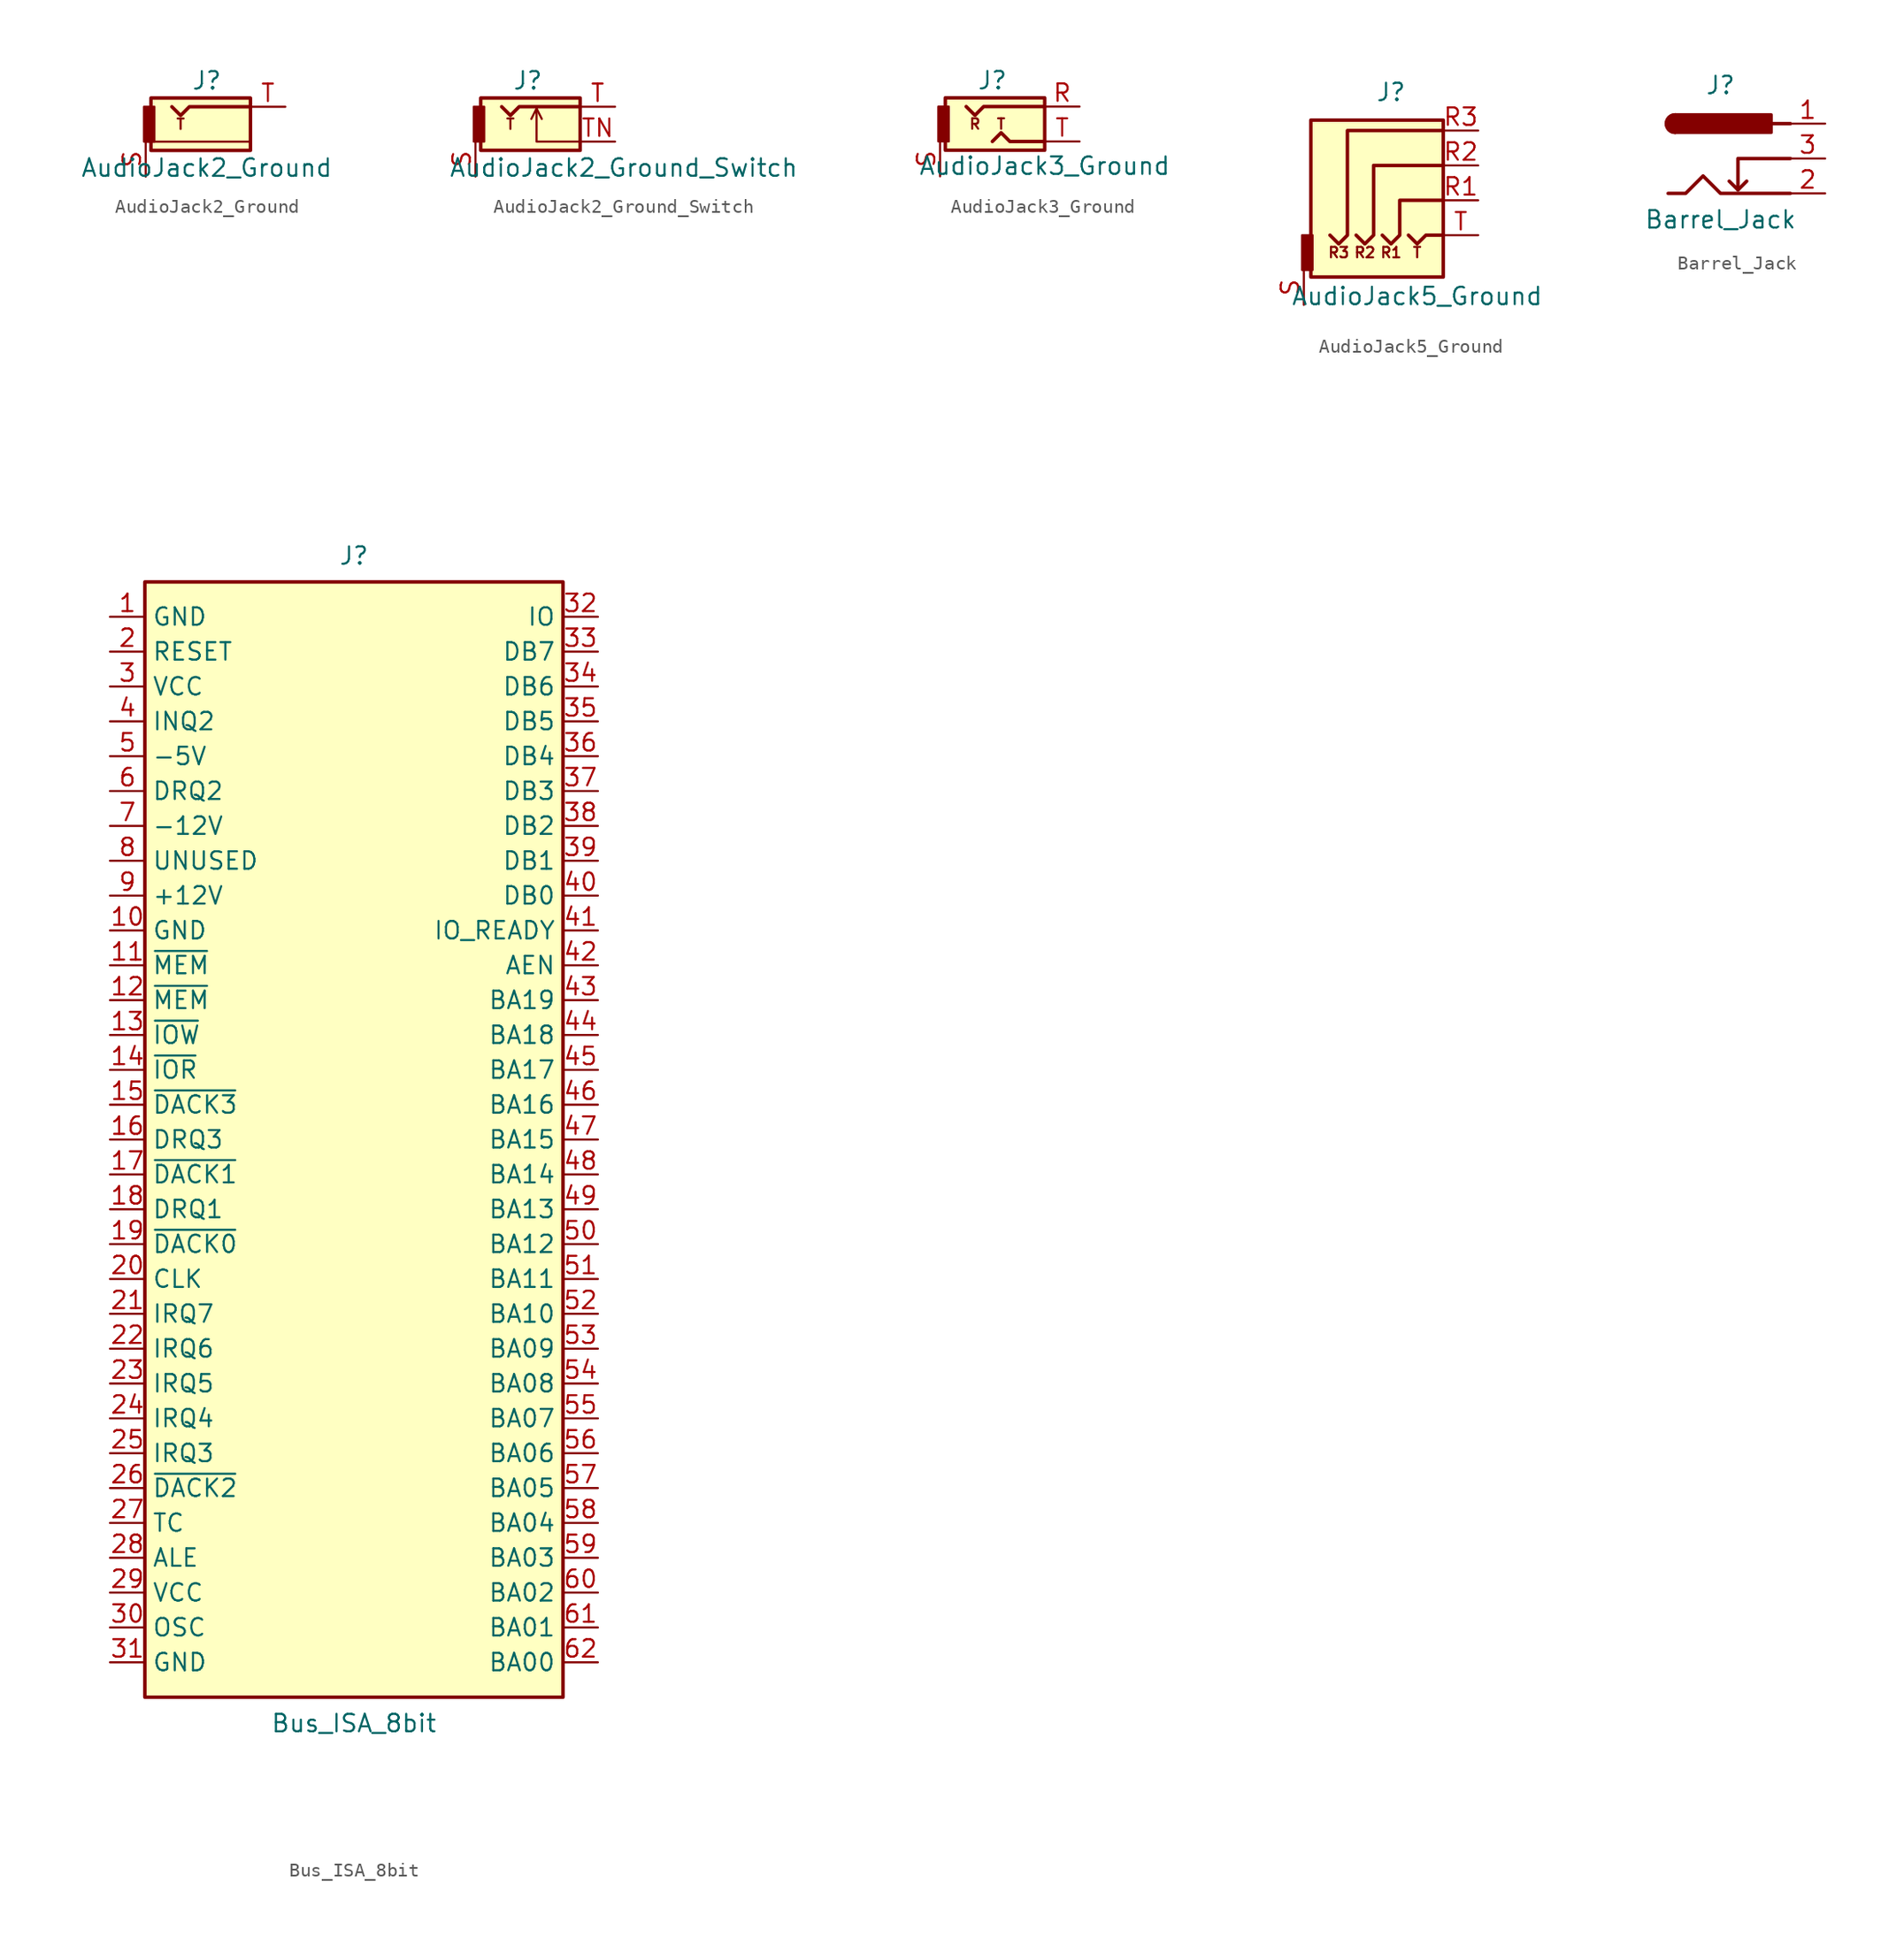
<source format=kicad_sym>
(kicad_symbol_lib
  (version 20201005)
  (generator kicad_symbol_editor)
  (symbol "AudioJack2_Ground"
    (pin_names
      (offset 1.016))
    (property "Reference" "J"
      (at -0.635 4.445 0)
      (effects (font (size 1.27 1.27))))
    (property "Value" "AudioJack2_Ground"
      (at -0.635 -1.905 0)
      (effects (font (size 1.27 1.27))))
    (symbol "AudioJack2_Ground_0_0"
      (text "T" (at -2.54 1.27 0) (effects (font (size 0.762 0.762)))))
    (symbol "AudioJack2_Ground_0_1"
      (rectangle (start -4.699 3.175) (end 2.54 -0.635) (stroke (width 0.254)) (fill (type background)))
      (rectangle (start -4.445 0) (end -5.207 2.54) (stroke (width 0)) (fill (type outline)))
      (polyline (pts (xy 2.54 0) (xy -5.08 0)) (stroke (width 0)) (fill (type none)))
      (polyline (pts (xy 2.54 2.54) (xy -1.905 2.54) (xy -2.54 1.905) (xy -3.175 2.54)) (stroke (width 0.254)) (fill (type none))))
    (symbol "AudioJack2_Ground_1_1"
      (pin passive line (at -5.08 -2.54 90) (length 2.54) (name "~" (effects (font (size 1.27 1.27)))) (number "S" (effects (font (size 1.27 1.27)))))
      (pin passive line (at 5.08 2.54 180) (length 2.54) (name "~" (effects (font (size 1.27 1.27)))) (number "T" (effects (font (size 1.27 1.27)))))))
  (symbol "AudioJack2_Ground_Switch"
    (pin_names
      (offset 1.016))
    (property "Reference" "J"
      (at -1.27 4.445 0)
      (effects (font (size 1.27 1.27))))
    (property "Value" "AudioJack2_Ground_Switch"
      (at 5.715 -1.905 0)
      (effects (font (size 1.27 1.27))))
    (symbol "AudioJack2_Ground_Switch_0_0"
      (text "T" (at -2.54 1.27 0) (effects (font (size 0.762 0.762)))))
    (symbol "AudioJack2_Ground_Switch_0_1"
      (rectangle (start -4.699 3.175) (end 2.54 -0.635) (stroke (width 0.254)) (fill (type background)))
      (rectangle (start -4.445 0) (end -5.207 2.54) (stroke (width 0)) (fill (type outline)))
      (polyline (pts (xy -0.635 2.413) (xy -0.254 1.651)) (stroke (width 0)) (fill (type none)))
      (polyline (pts (xy 2.54 0) (xy -0.635 0) (xy -0.635 2.413) (xy -1.016 1.651)) (stroke (width 0)) (fill (type none)))
      (polyline (pts (xy 2.54 2.54) (xy -1.905 2.54) (xy -2.54 1.905) (xy -3.175 2.54)) (stroke (width 0.254)) (fill (type none))))
    (symbol "AudioJack2_Ground_Switch_1_1"
      (pin passive line (at -5.08 -2.54 90) (length 2.54) (name "~" (effects (font (size 1.27 1.27)))) (number "S" (effects (font (size 1.27 1.27)))))
      (pin passive line (at 5.08 2.54 180) (length 2.54) (name "~" (effects (font (size 1.27 1.27)))) (number "T" (effects (font (size 1.27 1.27)))))
      (pin passive line (at 5.08 0 180) (length 2.54) (name "~" (effects (font (size 1.27 1.27)))) (number "TN" (effects (font (size 1.27 1.27)))))))
  (symbol "AudioJack3_Ground"
    (pin_names
      (offset 1.016))
    (property "Reference" "J"
      (at -1.27 4.445 0)
      (effects (font (size 1.27 1.27))))
    (property "Value" "AudioJack3_Ground"
      (at 2.54 -1.778 0)
      (effects (font (size 1.27 1.27))))
    (symbol "AudioJack3_Ground_0_0"
      (text "R" (at -2.54 1.27 0) (effects (font (size 0.762 0.762))))
      (text "T" (at -0.635 1.27 0) (effects (font (size 0.762 0.762)))))
    (symbol "AudioJack3_Ground_0_1"
      (rectangle (start -4.699 3.175) (end 2.54 -0.635) (stroke (width 0.254)) (fill (type background)))
      (rectangle (start -4.445 0) (end -5.207 2.54) (stroke (width 0)) (fill (type outline)))
      (polyline (pts (xy -1.27 0) (xy -0.635 0.635) (xy 0 0) (xy 2.54 0)) (stroke (width 0.254)) (fill (type none)))
      (polyline (pts (xy 2.54 2.54) (xy -1.905 2.54) (xy -2.54 1.905) (xy -3.175 2.54)) (stroke (width 0.254)) (fill (type none))))
    (symbol "AudioJack3_Ground_1_1"
      (pin passive line (at 5.08 2.54 180) (length 2.54) (name "~" (effects (font (size 1.27 1.27)))) (number "R" (effects (font (size 1.27 1.27)))))
      (pin passive line (at -5.08 -2.54 90) (length 2.54) (name "~" (effects (font (size 1.27 1.27)))) (number "S" (effects (font (size 1.27 1.27)))))
      (pin passive line (at 5.08 0 180) (length 2.54) (name "~" (effects (font (size 1.27 1.27)))) (number "T" (effects (font (size 1.27 1.27)))))))
  (symbol "AudioJack5_Ground"
    (pin_names
      (offset 1.016))
    (property "Reference" "J"
      (at -1.27 5.334 0)
      (effects (font (size 1.27 1.27))))
    (property "Value" "AudioJack5_Ground"
      (at 0.635 -9.525 0)
      (effects (font (size 1.27 1.27))))
    (symbol "AudioJack5_Ground_0_0"
      (text "R1" (at -1.27 -6.35 0) (effects (font (size 0.762 0.762))))
      (text "R2" (at -3.175 -6.35 0) (effects (font (size 0.762 0.762))))
      (text "R3" (at -5.08 -6.35 0) (effects (font (size 0.762 0.762))))
      (text "T" (at 0.635 -6.35 0) (effects (font (size 0.762 0.762))))
      (rectangle (start -7.112 -8.128) (end 2.54 3.302) (stroke (width 0.254)) (fill (type background))))
    (symbol "AudioJack5_Ground_0_1"
      (rectangle (start -6.985 -7.62) (end -7.747 -5.08) (stroke (width 0)) (fill (type outline)))
      (polyline (pts (xy 0 -5.08) (xy 0.635 -5.715) (xy 1.27 -5.08) (xy 2.54 -5.08)) (stroke (width 0.254)) (fill (type none)))
      (polyline (pts (xy -1.905 -5.08) (xy -1.27 -5.715) (xy -0.635 -5.08) (xy -0.635 -2.54) (xy 2.54 -2.54)) (stroke (width 0.254)) (fill (type none)))
      (polyline (pts (xy 2.54 0) (xy -2.54 0) (xy -2.54 -5.08) (xy -3.175 -5.715) (xy -3.81 -5.08)) (stroke (width 0.254)) (fill (type none)))
      (polyline (pts (xy 2.54 2.54) (xy -4.445 2.54) (xy -4.445 -5.08) (xy -5.08 -5.715) (xy -5.715 -5.08)) (stroke (width 0.254)) (fill (type none))))
    (symbol "AudioJack5_Ground_1_1"
      (pin passive line (at 5.08 -2.54 180) (length 2.54) (name "~" (effects (font (size 1.27 1.27)))) (number "R1" (effects (font (size 1.27 1.27)))))
      (pin passive line (at 5.08 0 180) (length 2.54) (name "~" (effects (font (size 1.27 1.27)))) (number "R2" (effects (font (size 1.27 1.27)))))
      (pin passive line (at 5.08 2.54 180) (length 2.54) (name "~" (effects (font (size 1.27 1.27)))) (number "R3" (effects (font (size 1.27 1.27)))))
      (pin passive line (at -7.62 -10.16 90) (length 2.54) (name "~" (effects (font (size 1.27 1.27)))) (number "S" (effects (font (size 1.27 1.27)))))
      (pin passive line (at 5.08 -5.08 180) (length 2.54) (name "~" (effects (font (size 1.27 1.27)))) (number "T" (effects (font (size 1.27 1.27)))))))
  (symbol "Barrel_Jack"
    (pin_names
      (offset 1.016))
    (property "Reference" "J"
      (at 0 5.334 0)
      (effects (font (size 1.27 1.27))))
    (property "Value" "Barrel_Jack"
      (at 0 -4.445 0)
      (effects (font (size 1.27 1.27))))
    (symbol "Barrel_Jack_0_1"
      (arc (start -3.302 3.175) (end -3.302 1.905) (radius (at -3.302 2.54) (length 0.635) (angles 90.1 -90.1)) (stroke (width 0.254)) (fill (type outline)))
      (arc (start -3.302 3.175) (end -3.302 1.905) (radius (at -3.302 2.54) (length 0.635) (angles 90.1 -90.1)) (stroke (width 0.254)) (fill (type none)))
      (rectangle (start 3.683 3.175) (end -3.302 1.905) (stroke (width 0.254)) (fill (type outline)))
      (polyline (pts (xy 1.27 -2.286) (xy 1.905 -1.651)) (stroke (width 0.254)) (fill (type none)))
      (polyline (pts (xy 5.08 2.54) (xy 3.81 2.54)) (stroke (width 0.254)) (fill (type none)))
      (polyline (pts (xy 5.08 0) (xy 1.27 0) (xy 1.27 -2.286) (xy 0.635 -1.651)) (stroke (width 0.254)) (fill (type none)))
      (polyline (pts (xy -3.81 -2.54) (xy -2.54 -2.54) (xy -1.27 -1.27) (xy 0 -2.54) (xy 2.54 -2.54) (xy 5.08 -2.54)) (stroke (width 0.254)) (fill (type none))))
    (symbol "Barrel_Jack_1_1"
      (pin passive line (at 7.62 2.54 180) (length 2.54) (name "~" (effects (font (size 1.27 1.27)))) (number "1" (effects (font (size 1.27 1.27)))))
      (pin passive line (at 7.62 -2.54 180) (length 2.54) (name "~" (effects (font (size 1.27 1.27)))) (number "2" (effects (font (size 1.27 1.27)))))
      (pin passive line (at 7.62 0 180) (length 2.54) (name "~" (effects (font (size 1.27 1.27)))) (number "3" (effects (font (size 1.27 1.27)))))))
  (symbol "Bus_ISA_8bit"
    (property "Reference" "J"
      (at 0 42.545 0)
      (effects (font (size 1.27 1.27))))
    (property "Value" "Bus_ISA_8bit"
      (at 0 -42.545 0)
      (effects (font (size 1.27 1.27))))
    (symbol "Bus_ISA_8bit_0_1"
      (rectangle (start -15.24 -40.64) (end 15.24 40.64) (stroke (width 0.254)) (fill (type background))))
    (symbol "Bus_ISA_8bit_1_1"
      (pin power_in line (at -17.78 38.1 0) (length 2.54) (name "GND" (effects (font (size 1.27 1.27)))) (number "1" (effects (font (size 1.27 1.27)))))
      (pin power_in line (at -17.78 15.24 0) (length 2.54) (name "GND" (effects (font (size 1.27 1.27)))) (number "10" (effects (font (size 1.27 1.27)))))
      (pin output line (at -17.78 12.7 0) (length 2.54) (name "~MEM" (effects (font (size 1.27 1.27)))) (number "11" (effects (font (size 1.27 1.27)))))
      (pin output line (at -17.78 10.16 0) (length 2.54) (name "~MEM" (effects (font (size 1.27 1.27)))) (number "12" (effects (font (size 1.27 1.27)))))
      (pin output line (at -17.78 7.62 0) (length 2.54) (name "~IOW" (effects (font (size 1.27 1.27)))) (number "13" (effects (font (size 1.27 1.27)))))
      (pin output line (at -17.78 5.08 0) (length 2.54) (name "~IOR" (effects (font (size 1.27 1.27)))) (number "14" (effects (font (size 1.27 1.27)))))
      (pin passive line (at -17.78 2.54 0) (length 2.54) (name "~DACK3" (effects (font (size 1.27 1.27)))) (number "15" (effects (font (size 1.27 1.27)))))
      (pin passive line (at -17.78 0 0) (length 2.54) (name "DRQ3" (effects (font (size 1.27 1.27)))) (number "16" (effects (font (size 1.27 1.27)))))
      (pin passive line (at -17.78 -2.54 0) (length 2.54) (name "~DACK1" (effects (font (size 1.27 1.27)))) (number "17" (effects (font (size 1.27 1.27)))))
      (pin passive line (at -17.78 -5.08 0) (length 2.54) (name "DRQ1" (effects (font (size 1.27 1.27)))) (number "18" (effects (font (size 1.27 1.27)))))
      (pin passive line (at -17.78 -7.62 0) (length 2.54) (name "~DACK0" (effects (font (size 1.27 1.27)))) (number "19" (effects (font (size 1.27 1.27)))))
      (pin output line (at -17.78 35.56 0) (length 2.54) (name "RESET" (effects (font (size 1.27 1.27)))) (number "2" (effects (font (size 1.27 1.27)))))
      (pin output line (at -17.78 -10.16 0) (length 2.54) (name "CLK" (effects (font (size 1.27 1.27)))) (number "20" (effects (font (size 1.27 1.27)))))
      (pin passive line (at -17.78 -12.7 0) (length 2.54) (name "IRQ7" (effects (font (size 1.27 1.27)))) (number "21" (effects (font (size 1.27 1.27)))))
      (pin passive line (at -17.78 -15.24 0) (length 2.54) (name "IRQ6" (effects (font (size 1.27 1.27)))) (number "22" (effects (font (size 1.27 1.27)))))
      (pin passive line (at -17.78 -17.78 0) (length 2.54) (name "IRQ5" (effects (font (size 1.27 1.27)))) (number "23" (effects (font (size 1.27 1.27)))))
      (pin passive line (at -17.78 -20.32 0) (length 2.54) (name "IRQ4" (effects (font (size 1.27 1.27)))) (number "24" (effects (font (size 1.27 1.27)))))
      (pin passive line (at -17.78 -22.86 0) (length 2.54) (name "IRQ3" (effects (font (size 1.27 1.27)))) (number "25" (effects (font (size 1.27 1.27)))))
      (pin passive line (at -17.78 -25.4 0) (length 2.54) (name "~DACK2" (effects (font (size 1.27 1.27)))) (number "26" (effects (font (size 1.27 1.27)))))
      (pin passive line (at -17.78 -27.94 0) (length 2.54) (name "TC" (effects (font (size 1.27 1.27)))) (number "27" (effects (font (size 1.27 1.27)))))
      (pin output line (at -17.78 -30.48 0) (length 2.54) (name "ALE" (effects (font (size 1.27 1.27)))) (number "28" (effects (font (size 1.27 1.27)))))
      (pin power_in line (at -17.78 -33.02 0) (length 2.54) (name "VCC" (effects (font (size 1.27 1.27)))) (number "29" (effects (font (size 1.27 1.27)))))
      (pin power_in line (at -17.78 33.02 0) (length 2.54) (name "VCC" (effects (font (size 1.27 1.27)))) (number "3" (effects (font (size 1.27 1.27)))))
      (pin output line (at -17.78 -35.56 0) (length 2.54) (name "OSC" (effects (font (size 1.27 1.27)))) (number "30" (effects (font (size 1.27 1.27)))))
      (pin power_in line (at -17.78 -38.1 0) (length 2.54) (name "GND" (effects (font (size 1.27 1.27)))) (number "31" (effects (font (size 1.27 1.27)))))
      (pin passive line (at 17.78 38.1 180) (length 2.54) (name "IO" (effects (font (size 1.27 1.27)))) (number "32" (effects (font (size 1.27 1.27)))))
      (pin tri_state line (at 17.78 35.56 180) (length 2.54) (name "DB7" (effects (font (size 1.27 1.27)))) (number "33" (effects (font (size 1.27 1.27)))))
      (pin tri_state line (at 17.78 33.02 180) (length 2.54) (name "DB6" (effects (font (size 1.27 1.27)))) (number "34" (effects (font (size 1.27 1.27)))))
      (pin tri_state line (at 17.78 30.48 180) (length 2.54) (name "DB5" (effects (font (size 1.27 1.27)))) (number "35" (effects (font (size 1.27 1.27)))))
      (pin tri_state line (at 17.78 27.94 180) (length 2.54) (name "DB4" (effects (font (size 1.27 1.27)))) (number "36" (effects (font (size 1.27 1.27)))))
      (pin tri_state line (at 17.78 25.4 180) (length 2.54) (name "DB3" (effects (font (size 1.27 1.27)))) (number "37" (effects (font (size 1.27 1.27)))))
      (pin tri_state line (at 17.78 22.86 180) (length 2.54) (name "DB2" (effects (font (size 1.27 1.27)))) (number "38" (effects (font (size 1.27 1.27)))))
      (pin tri_state line (at 17.78 20.32 180) (length 2.54) (name "DB1" (effects (font (size 1.27 1.27)))) (number "39" (effects (font (size 1.27 1.27)))))
      (pin passive line (at -17.78 30.48 0) (length 2.54) (name "INQ2" (effects (font (size 1.27 1.27)))) (number "4" (effects (font (size 1.27 1.27)))))
      (pin tri_state line (at 17.78 17.78 180) (length 2.54) (name "DB0" (effects (font (size 1.27 1.27)))) (number "40" (effects (font (size 1.27 1.27)))))
      (pin passive line (at 17.78 15.24 180) (length 2.54) (name "IO_READY" (effects (font (size 1.27 1.27)))) (number "41" (effects (font (size 1.27 1.27)))))
      (pin output line (at 17.78 12.7 180) (length 2.54) (name "AEN" (effects (font (size 1.27 1.27)))) (number "42" (effects (font (size 1.27 1.27)))))
      (pin tri_state line (at 17.78 10.16 180) (length 2.54) (name "BA19" (effects (font (size 1.27 1.27)))) (number "43" (effects (font (size 1.27 1.27)))))
      (pin tri_state line (at 17.78 7.62 180) (length 2.54) (name "BA18" (effects (font (size 1.27 1.27)))) (number "44" (effects (font (size 1.27 1.27)))))
      (pin tri_state line (at 17.78 5.08 180) (length 2.54) (name "BA17" (effects (font (size 1.27 1.27)))) (number "45" (effects (font (size 1.27 1.27)))))
      (pin tri_state line (at 17.78 2.54 180) (length 2.54) (name "BA16" (effects (font (size 1.27 1.27)))) (number "46" (effects (font (size 1.27 1.27)))))
      (pin tri_state line (at 17.78 0 180) (length 2.54) (name "BA15" (effects (font (size 1.27 1.27)))) (number "47" (effects (font (size 1.27 1.27)))))
      (pin tri_state line (at 17.78 -2.54 180) (length 2.54) (name "BA14" (effects (font (size 1.27 1.27)))) (number "48" (effects (font (size 1.27 1.27)))))
      (pin tri_state line (at 17.78 -5.08 180) (length 2.54) (name "BA13" (effects (font (size 1.27 1.27)))) (number "49" (effects (font (size 1.27 1.27)))))
      (pin power_in line (at -17.78 27.94 0) (length 2.54) (name "-5V" (effects (font (size 1.27 1.27)))) (number "5" (effects (font (size 1.27 1.27)))))
      (pin tri_state line (at 17.78 -7.62 180) (length 2.54) (name "BA12" (effects (font (size 1.27 1.27)))) (number "50" (effects (font (size 1.27 1.27)))))
      (pin tri_state line (at 17.78 -10.16 180) (length 2.54) (name "BA11" (effects (font (size 1.27 1.27)))) (number "51" (effects (font (size 1.27 1.27)))))
      (pin tri_state line (at 17.78 -12.7 180) (length 2.54) (name "BA10" (effects (font (size 1.27 1.27)))) (number "52" (effects (font (size 1.27 1.27)))))
      (pin tri_state line (at 17.78 -15.24 180) (length 2.54) (name "BA09" (effects (font (size 1.27 1.27)))) (number "53" (effects (font (size 1.27 1.27)))))
      (pin tri_state line (at 17.78 -17.78 180) (length 2.54) (name "BA08" (effects (font (size 1.27 1.27)))) (number "54" (effects (font (size 1.27 1.27)))))
      (pin tri_state line (at 17.78 -20.32 180) (length 2.54) (name "BA07" (effects (font (size 1.27 1.27)))) (number "55" (effects (font (size 1.27 1.27)))))
      (pin tri_state line (at 17.78 -22.86 180) (length 2.54) (name "BA06" (effects (font (size 1.27 1.27)))) (number "56" (effects (font (size 1.27 1.27)))))
      (pin tri_state line (at 17.78 -25.4 180) (length 2.54) (name "BA05" (effects (font (size 1.27 1.27)))) (number "57" (effects (font (size 1.27 1.27)))))
      (pin tri_state line (at 17.78 -27.94 180) (length 2.54) (name "BA04" (effects (font (size 1.27 1.27)))) (number "58" (effects (font (size 1.27 1.27)))))
      (pin tri_state line (at 17.78 -30.48 180) (length 2.54) (name "BA03" (effects (font (size 1.27 1.27)))) (number "59" (effects (font (size 1.27 1.27)))))
      (pin passive line (at -17.78 25.4 0) (length 2.54) (name "DRQ2" (effects (font (size 1.27 1.27)))) (number "6" (effects (font (size 1.27 1.27)))))
      (pin tri_state line (at 17.78 -33.02 180) (length 2.54) (name "BA02" (effects (font (size 1.27 1.27)))) (number "60" (effects (font (size 1.27 1.27)))))
      (pin tri_state line (at 17.78 -35.56 180) (length 2.54) (name "BA01" (effects (font (size 1.27 1.27)))) (number "61" (effects (font (size 1.27 1.27)))))
      (pin tri_state line (at 17.78 -38.1 180) (length 2.54) (name "BA00" (effects (font (size 1.27 1.27)))) (number "62" (effects (font (size 1.27 1.27)))))
      (pin power_in line (at -17.78 22.86 0) (length 2.54) (name "-12V" (effects (font (size 1.27 1.27)))) (number "7" (effects (font (size 1.27 1.27)))))
      (pin passive line (at -17.78 20.32 0) (length 2.54) (name "UNUSED" (effects (font (size 1.27 1.27)))) (number "8" (effects (font (size 1.27 1.27)))))
      (pin power_in line (at -17.78 17.78 0) (length 2.54) (name "+12V" (effects (font (size 1.27 1.27)))) (number "9" (effects (font (size 1.27 1.27))))))))
</source>
